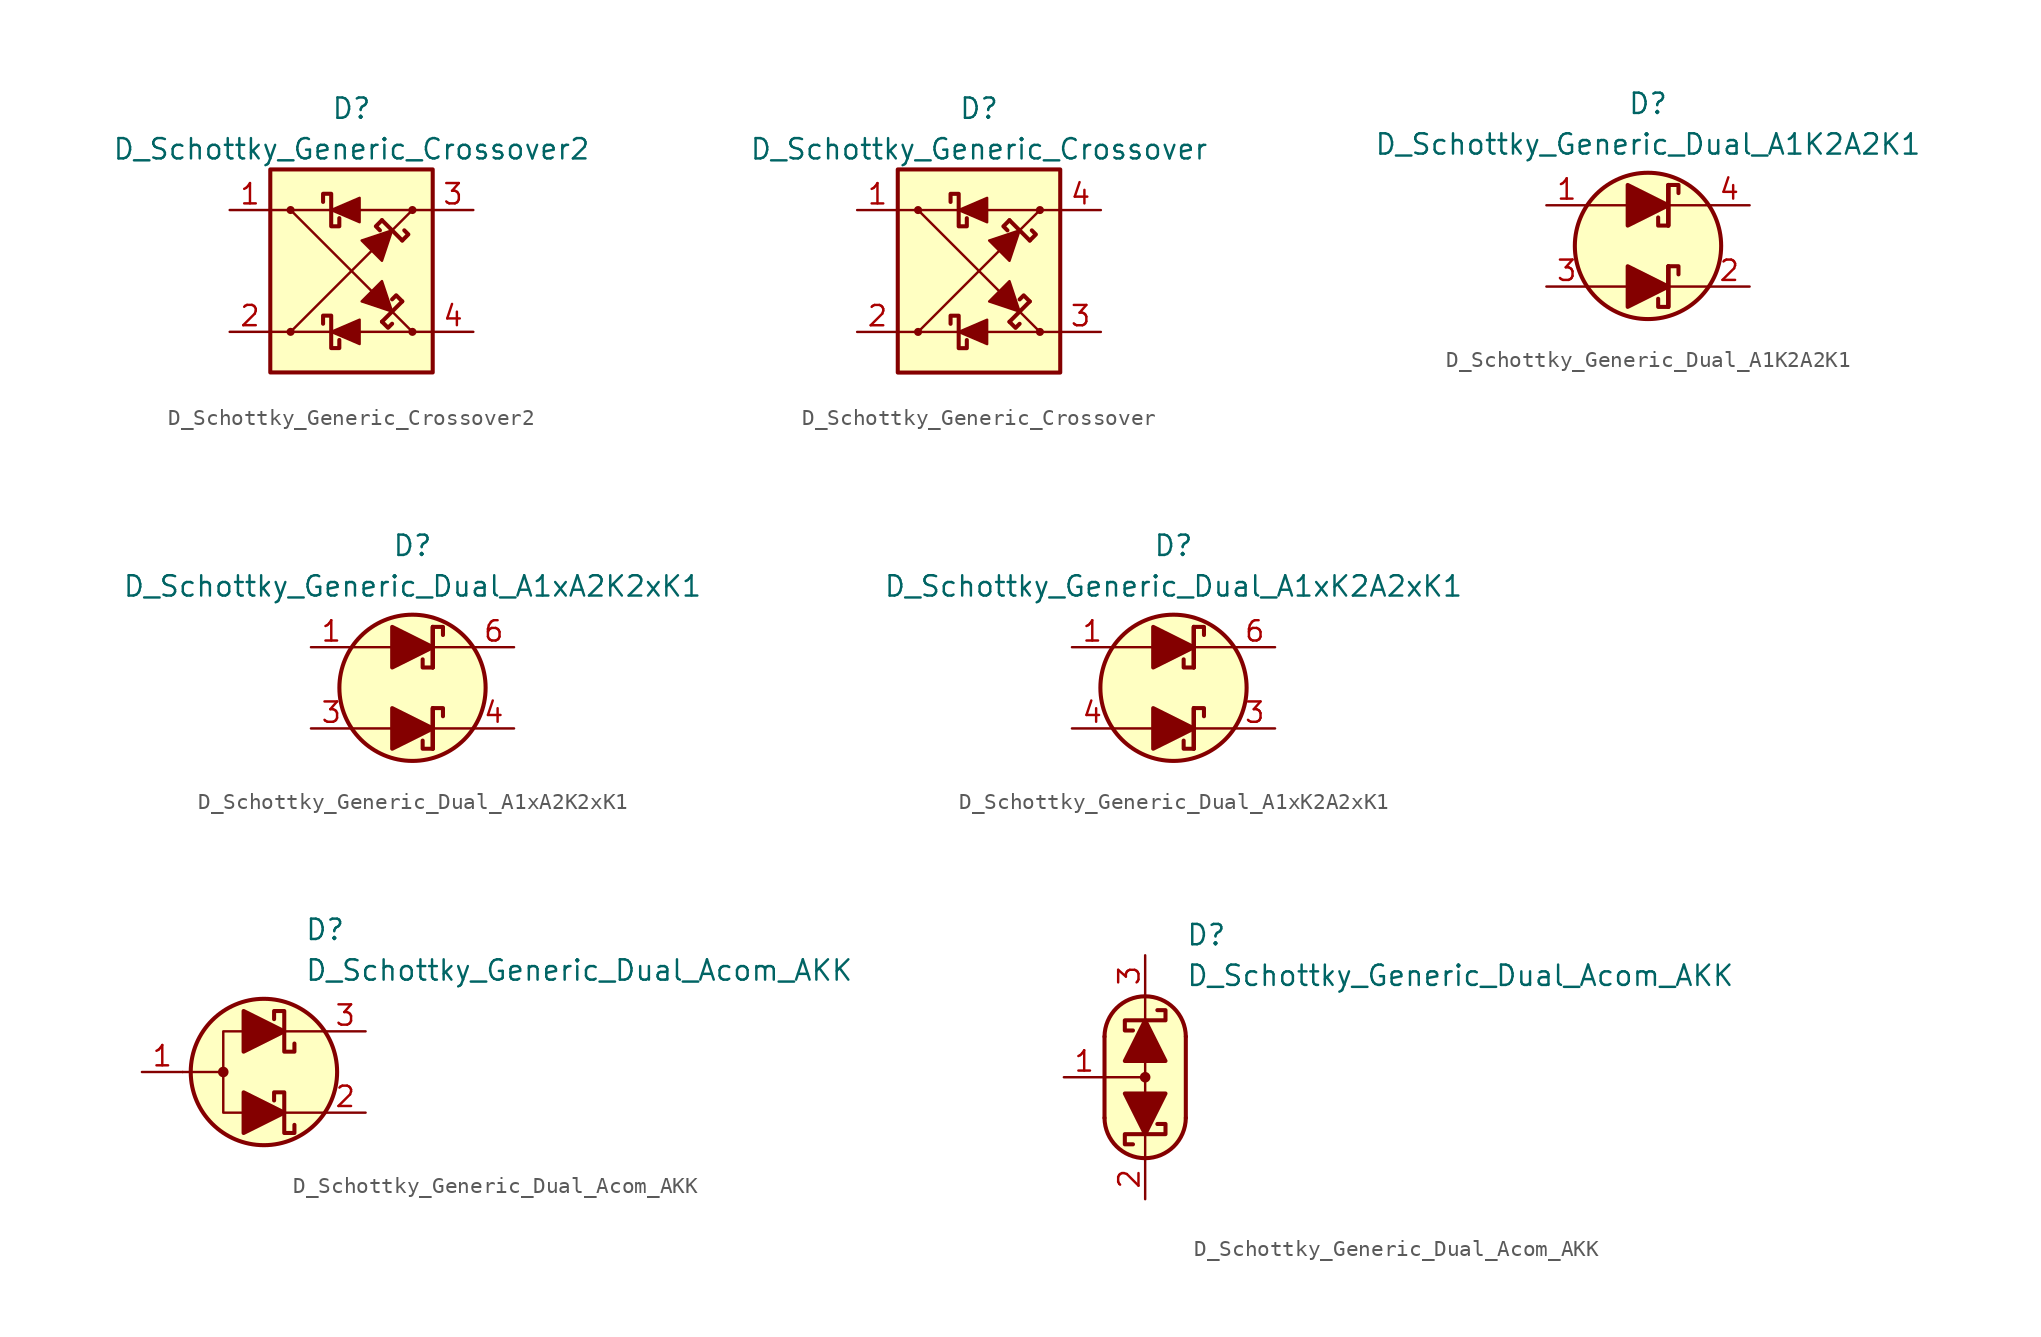
<source format=kicad_sym>
(kicad_symbol_lib
  (version 20231120)
  (generator "kicad_symbol_editor")
  (generator_version "8.0")
  (symbol "D_Schottky_Generic_Crossover2"
    (pin_names
      (offset 1.016) hide)
    (property "Reference" "D"
      (at 0 10.16 0)
      (effects (font (size 1.27 1.27))))
    (property "Value" "D_Schottky_Generic_Crossover2"
      (at 0 7.62 0)
      (effects (font (size 1.27 1.27))))
    (symbol "D_Schottky_Generic_Crossover2_0_1"
      (circle (center -3.81 3.81) (radius 0.178) (stroke (width 0) (type default)) (fill (type outline)))
      (polyline (pts (xy -5.08 -3.81) (xy -1.27 -3.81)) (stroke (width 0) (type default)) (fill (type none)))
      (polyline (pts (xy -3.81 -3.81) (xy 3.81 3.81)) (stroke (width 0) (type default)) (fill (type none)))
      (polyline (pts (xy -1.27 3.81) (xy -5.08 3.81)) (stroke (width 0) (type default)) (fill (type none)))
      (polyline (pts (xy 1.905 -3.175) (xy 3.175 -1.905)) (stroke (width 0.254) (type default)) (fill (type none)))
      (polyline (pts (xy 3.175 1.905) (xy 1.905 3.175)) (stroke (width 0.254) (type default)) (fill (type none)))
      (polyline (pts (xy 3.81 -3.81) (xy -3.81 3.81)) (stroke (width 0) (type default)) (fill (type none)))
      (polyline (pts (xy 5.08 3.81) (xy 0.508 3.81)) (stroke (width 0) (type default)) (fill (type none)))
      (polyline (pts (xy 0.508 4.572) (xy 0.508 3.048) (xy -1.27 3.81) (xy 0.508 4.572)) (stroke (width 0) (type default)) (fill (type outline)))
      (polyline (pts (xy 2.54 -2.54) (xy 1.905 -0.635) (xy 0.635 -1.905) (xy 2.54 -2.54)) (stroke (width 0) (type default)) (fill (type outline)))
      (polyline (pts (xy 2.54 2.54) (xy 0.635 1.905) (xy 1.905 0.635) (xy 2.54 2.54)) (stroke (width 0) (type default)) (fill (type outline)))
      (polyline (pts (xy -0.762 3.302) (xy -0.762 2.794) (xy -1.27 2.794) (xy -1.27 4.826) (xy -1.778 4.826) (xy -1.778 4.318)) (stroke (width 0.254) (type default)) (fill (type none))))
    (symbol "D_Schottky_Generic_Crossover2_1_1"
      (rectangle (start -5.08 6.35) (end 5.08 -6.35) (stroke (width 0.254) (type default)) (fill (type background)))
      (circle (center -3.81 -3.81) (radius 0.178) (stroke (width 0) (type default)) (fill (type outline)))
      (polyline (pts (xy 5.08 -3.81) (xy 0.508 -3.81)) (stroke (width 0) (type default)) (fill (type none)))
      (polyline (pts (xy 1.905 -3.175) (xy 2.286 -3.556) (xy 2.54 -3.302)) (stroke (width 0.254) (type default)) (fill (type none)))
      (polyline (pts (xy 1.905 3.175) (xy 1.524 2.794) (xy 1.778 2.54)) (stroke (width 0.254) (type default)) (fill (type none)))
      (polyline (pts (xy 3.175 -1.905) (xy 2.794 -1.524) (xy 2.54 -1.778)) (stroke (width 0.254) (type default)) (fill (type none)))
      (polyline (pts (xy 3.175 1.905) (xy 3.556 2.286) (xy 3.302 2.54)) (stroke (width 0.254) (type default)) (fill (type none)))
      (polyline (pts (xy 0.508 -3.048) (xy 0.508 -4.572) (xy -1.27 -3.81) (xy 0.508 -3.048)) (stroke (width 0) (type default)) (fill (type outline)))
      (polyline (pts (xy -0.762 -4.318) (xy -0.762 -4.826) (xy -1.27 -4.826) (xy -1.27 -2.794) (xy -1.778 -2.794) (xy -1.778 -3.302)) (stroke (width 0.254) (type default)) (fill (type none)))
      (circle (center 3.81 -3.81) (radius 0.178) (stroke (width 0) (type default)) (fill (type outline)))
      (circle (center 3.81 3.81) (radius 0.178) (stroke (width 0) (type default)) (fill (type outline)))
      (pin passive line (at -7.62 3.81 0) (length 2.54) (name "1" (effects (font (size 1.27 1.27)))) (number "1" (effects (font (size 1.27 1.27)))))
      (pin passive line (at -7.62 -3.81 0) (length 2.54) (name "2" (effects (font (size 1.27 1.27)))) (number "2" (effects (font (size 1.27 1.27)))))
      (pin passive line (at 7.62 3.81 180) (length 2.54) (name "3" (effects (font (size 1.27 1.27)))) (number "3" (effects (font (size 1.27 1.27)))))
      (pin passive line (at 7.62 -3.81 180) (length 2.54) (name "4" (effects (font (size 1.27 1.27)))) (number "4" (effects (font (size 1.27 1.27)))))))
  (symbol "D_Schottky_Generic_Crossover"
    (pin_names
      (offset 1.016) hide)
    (property "Reference" "D"
      (at 0 10.16 0)
      (effects (font (size 1.27 1.27))))
    (property "Value" "D_Schottky_Generic_Crossover"
      (at 0 7.62 0)
      (effects (font (size 1.27 1.27))))
    (symbol "D_Schottky_Generic_Crossover_0_1"
      (circle (center -3.81 3.81) (radius 0.178) (stroke (width 0) (type default)) (fill (type outline)))
      (polyline (pts (xy -5.08 -3.81) (xy -1.27 -3.81)) (stroke (width 0) (type default)) (fill (type none)))
      (polyline (pts (xy -3.81 -3.81) (xy 3.81 3.81)) (stroke (width 0) (type default)) (fill (type none)))
      (polyline (pts (xy -1.27 3.81) (xy -5.08 3.81)) (stroke (width 0) (type default)) (fill (type none)))
      (polyline (pts (xy 1.905 -3.175) (xy 3.175 -1.905)) (stroke (width 0.254) (type default)) (fill (type none)))
      (polyline (pts (xy 3.175 1.905) (xy 1.905 3.175)) (stroke (width 0.254) (type default)) (fill (type none)))
      (polyline (pts (xy 3.81 -3.81) (xy -3.81 3.81)) (stroke (width 0) (type default)) (fill (type none)))
      (polyline (pts (xy 5.08 3.81) (xy 0.508 3.81)) (stroke (width 0) (type default)) (fill (type none)))
      (polyline (pts (xy 0.508 4.572) (xy 0.508 3.048) (xy -1.27 3.81) (xy 0.508 4.572)) (stroke (width 0) (type default)) (fill (type outline)))
      (polyline (pts (xy 2.54 -2.54) (xy 1.905 -0.635) (xy 0.635 -1.905) (xy 2.54 -2.54)) (stroke (width 0) (type default)) (fill (type outline)))
      (polyline (pts (xy 2.54 2.54) (xy 0.635 1.905) (xy 1.905 0.635) (xy 2.54 2.54)) (stroke (width 0) (type default)) (fill (type outline)))
      (polyline (pts (xy -0.762 3.302) (xy -0.762 2.794) (xy -1.27 2.794) (xy -1.27 4.826) (xy -1.778 4.826) (xy -1.778 4.318)) (stroke (width 0.254) (type default)) (fill (type none))))
    (symbol "D_Schottky_Generic_Crossover_1_1"
      (rectangle (start -5.08 6.35) (end 5.08 -6.35) (stroke (width 0.254) (type default)) (fill (type background)))
      (circle (center -3.81 -3.81) (radius 0.178) (stroke (width 0) (type default)) (fill (type outline)))
      (polyline (pts (xy 5.08 -3.81) (xy 0.508 -3.81)) (stroke (width 0) (type default)) (fill (type none)))
      (polyline (pts (xy 1.905 -3.175) (xy 2.286 -3.556) (xy 2.54 -3.302)) (stroke (width 0.254) (type default)) (fill (type none)))
      (polyline (pts (xy 1.905 3.175) (xy 1.524 2.794) (xy 1.778 2.54)) (stroke (width 0.254) (type default)) (fill (type none)))
      (polyline (pts (xy 3.175 -1.905) (xy 2.794 -1.524) (xy 2.54 -1.778)) (stroke (width 0.254) (type default)) (fill (type none)))
      (polyline (pts (xy 3.175 1.905) (xy 3.556 2.286) (xy 3.302 2.54)) (stroke (width 0.254) (type default)) (fill (type none)))
      (polyline (pts (xy 0.508 -3.048) (xy 0.508 -4.572) (xy -1.27 -3.81) (xy 0.508 -3.048)) (stroke (width 0) (type default)) (fill (type outline)))
      (polyline (pts (xy -0.762 -4.318) (xy -0.762 -4.826) (xy -1.27 -4.826) (xy -1.27 -2.794) (xy -1.778 -2.794) (xy -1.778 -3.302)) (stroke (width 0.254) (type default)) (fill (type none)))
      (circle (center 3.81 -3.81) (radius 0.178) (stroke (width 0) (type default)) (fill (type outline)))
      (circle (center 3.81 3.81) (radius 0.178) (stroke (width 0) (type default)) (fill (type outline)))
      (pin passive line (at -7.62 3.81 0) (length 2.54) (name "1" (effects (font (size 1.27 1.27)))) (number "1" (effects (font (size 1.27 1.27)))))
      (pin passive line (at -7.62 -3.81 0) (length 2.54) (name "2" (effects (font (size 1.27 1.27)))) (number "2" (effects (font (size 1.27 1.27)))))
      (pin passive line (at 7.62 -3.81 180) (length 2.54) (name "3" (effects (font (size 1.27 1.27)))) (number "3" (effects (font (size 1.27 1.27)))))
      (pin passive line (at 7.62 3.81 180) (length 2.54) (name "4" (effects (font (size 1.27 1.27)))) (number "4" (effects (font (size 1.27 1.27)))))))
  (symbol "D_Schottky_Generic_Dual_A1K2A2K1"
    (pin_names
      (offset 1.016) hide)
    (property "Reference" "D"
      (at 0 8.89 0)
      (effects (font (size 1.27 1.27))))
    (property "Value" "D_Schottky_Generic_Dual_A1K2A2K1"
      (at 0 6.35 0)
      (effects (font (size 1.27 1.27))))
    (symbol "D_Schottky_Generic_Dual_A1K2A2K1_0_1"
      (polyline (pts (xy -3.81 -2.54) (xy -1.27 -2.54)) (stroke (width 0) (type default)) (fill (type none)))
      (polyline (pts (xy -3.81 2.54) (xy -1.27 2.54)) (stroke (width 0) (type default)) (fill (type none)))
      (polyline (pts (xy 1.27 -3.81) (xy 1.27 -1.27)) (stroke (width 0.254) (type default)) (fill (type none)))
      (polyline (pts (xy 1.27 -2.54) (xy 3.81 -2.54)) (stroke (width 0) (type default)) (fill (type none)))
      (polyline (pts (xy 1.27 1.27) (xy 1.27 3.81)) (stroke (width 0.254) (type default)) (fill (type none)))
      (polyline (pts (xy 1.27 2.54) (xy 3.81 2.54)) (stroke (width 0) (type default)) (fill (type none)))
      (circle (center 0 0) (radius 4.572) (stroke (width 0.254) (type default)) (fill (type background))))
    (symbol "D_Schottky_Generic_Dual_A1K2A2K1_1_1"
      (polyline (pts (xy -1.27 -2.54) (xy 1.27 -2.54)) (stroke (width 0) (type default)) (fill (type none)))
      (polyline (pts (xy -1.27 2.54) (xy 1.27 2.54)) (stroke (width 0) (type default)) (fill (type none)))
      (polyline (pts (xy 1.27 -1.27) (xy 1.27 -3.81)) (stroke (width 0.254) (type default)) (fill (type none)))
      (polyline (pts (xy 1.27 3.81) (xy 1.27 1.27)) (stroke (width 0.254) (type default)) (fill (type none)))
      (polyline (pts (xy -1.27 -3.81) (xy -1.27 -1.27) (xy 1.27 -2.54) (xy -1.27 -3.81)) (stroke (width 0.254) (type default)) (fill (type outline)))
      (polyline (pts (xy -1.27 1.27) (xy -1.27 3.81) (xy 1.27 2.54) (xy -1.27 1.27)) (stroke (width 0.254) (type default)) (fill (type outline)))
      (polyline (pts (xy 1.905 -1.778) (xy 1.905 -1.27) (xy 1.27 -1.27) (xy 1.27 -3.81) (xy 0.635 -3.81) (xy 0.635 -3.302)) (stroke (width 0.254) (type default)) (fill (type none)))
      (polyline (pts (xy 1.905 3.302) (xy 1.905 3.81) (xy 1.27 3.81) (xy 1.27 1.27) (xy 0.635 1.27) (xy 0.635 1.778)) (stroke (width 0.254) (type default)) (fill (type none)))
      (pin passive line (at -6.35 2.54 0) (length 2.54) (name "A1" (effects (font (size 1.27 1.27)))) (number "1" (effects (font (size 1.27 1.27)))))
      (pin passive line (at 6.35 -2.54 180) (length 2.54) (name "K2" (effects (font (size 1.27 1.27)))) (number "2" (effects (font (size 1.27 1.27)))))
      (pin passive line (at -6.35 -2.54 0) (length 2.54) (name "A2" (effects (font (size 1.27 1.27)))) (number "3" (effects (font (size 1.27 1.27)))))
      (pin passive line (at 6.35 2.54 180) (length 2.54) (name "K1" (effects (font (size 1.27 1.27)))) (number "4" (effects (font (size 1.27 1.27)))))))
  (symbol "D_Schottky_Generic_Dual_A1xA2K2xK1"
    (pin_names
      (offset 1.016) hide)
    (property "Reference" "D"
      (at 0 8.89 0)
      (effects (font (size 1.27 1.27))))
    (property "Value" "D_Schottky_Generic_Dual_A1xA2K2xK1"
      (at 0 6.35 0)
      (effects (font (size 1.27 1.27))))
    (symbol "D_Schottky_Generic_Dual_A1xA2K2xK1_0_1"
      (polyline (pts (xy -3.81 -2.54) (xy -1.27 -2.54)) (stroke (width 0) (type default)) (fill (type none)))
      (polyline (pts (xy -3.81 2.54) (xy -1.27 2.54)) (stroke (width 0) (type default)) (fill (type none)))
      (polyline (pts (xy 1.27 -3.81) (xy 1.27 -1.27)) (stroke (width 0.254) (type default)) (fill (type none)))
      (polyline (pts (xy 1.27 -2.54) (xy 3.81 -2.54)) (stroke (width 0) (type default)) (fill (type none)))
      (polyline (pts (xy 1.27 1.27) (xy 1.27 3.81)) (stroke (width 0.254) (type default)) (fill (type none)))
      (polyline (pts (xy 1.27 2.54) (xy 3.81 2.54)) (stroke (width 0) (type default)) (fill (type none)))
      (circle (center 0 0) (radius 4.572) (stroke (width 0.254) (type default)) (fill (type background))))
    (symbol "D_Schottky_Generic_Dual_A1xA2K2xK1_1_1"
      (polyline (pts (xy -1.27 -2.54) (xy 1.27 -2.54)) (stroke (width 0) (type default)) (fill (type none)))
      (polyline (pts (xy -1.27 2.54) (xy 1.27 2.54)) (stroke (width 0) (type default)) (fill (type none)))
      (polyline (pts (xy 1.27 -1.27) (xy 1.27 -3.81)) (stroke (width 0.254) (type default)) (fill (type none)))
      (polyline (pts (xy 1.27 3.81) (xy 1.27 1.27)) (stroke (width 0.254) (type default)) (fill (type none)))
      (polyline (pts (xy -1.27 -3.81) (xy -1.27 -1.27) (xy 1.27 -2.54) (xy -1.27 -3.81)) (stroke (width 0.254) (type default)) (fill (type outline)))
      (polyline (pts (xy -1.27 1.27) (xy -1.27 3.81) (xy 1.27 2.54) (xy -1.27 1.27)) (stroke (width 0.254) (type default)) (fill (type outline)))
      (polyline (pts (xy 1.905 -1.778) (xy 1.905 -1.27) (xy 1.27 -1.27) (xy 1.27 -3.81) (xy 0.635 -3.81) (xy 0.635 -3.302)) (stroke (width 0.254) (type default)) (fill (type none)))
      (polyline (pts (xy 1.905 3.302) (xy 1.905 3.81) (xy 1.27 3.81) (xy 1.27 1.27) (xy 0.635 1.27) (xy 0.635 1.778)) (stroke (width 0.254) (type default)) (fill (type none)))
      (pin passive line (at -6.35 2.54 0) (length 2.54) (name "A1" (effects (font (size 1.27 1.27)))) (number "1" (effects (font (size 1.27 1.27)))))
      (pin free line (at -2.54 0 0) (length 2.54) hide (name "NC" (effects (font (size 1.27 1.27)))) (number "2" (effects (font (size 1.27 1.27)))))
      (pin passive line (at -6.35 -2.54 0) (length 2.54) (name "A2" (effects (font (size 1.27 1.27)))) (number "3" (effects (font (size 1.27 1.27)))))
      (pin passive line (at 6.35 -2.54 180) (length 2.54) (name "K2" (effects (font (size 1.27 1.27)))) (number "4" (effects (font (size 1.27 1.27)))))
      (pin free line (at 2.54 0 180) (length 2.54) hide (name "NC" (effects (font (size 1.27 1.27)))) (number "5" (effects (font (size 1.27 1.27)))))
      (pin passive line (at 6.35 2.54 180) (length 2.54) (name "K1" (effects (font (size 1.27 1.27)))) (number "6" (effects (font (size 1.27 1.27)))))))
  (symbol "D_Schottky_Generic_Dual_A1xK2A2xK1"
    (pin_names
      (offset 1.016) hide)
    (property "Reference" "D"
      (at 0 8.89 0)
      (effects (font (size 1.27 1.27))))
    (property "Value" "D_Schottky_Generic_Dual_A1xK2A2xK1"
      (at 0 6.35 0)
      (effects (font (size 1.27 1.27))))
    (symbol "D_Schottky_Generic_Dual_A1xK2A2xK1_0_1"
      (polyline (pts (xy -3.81 -2.54) (xy -1.27 -2.54)) (stroke (width 0) (type default)) (fill (type none)))
      (polyline (pts (xy -3.81 2.54) (xy -1.27 2.54)) (stroke (width 0) (type default)) (fill (type none)))
      (polyline (pts (xy 1.27 -3.81) (xy 1.27 -1.27)) (stroke (width 0.254) (type default)) (fill (type none)))
      (polyline (pts (xy 1.27 -2.54) (xy 3.81 -2.54)) (stroke (width 0) (type default)) (fill (type none)))
      (polyline (pts (xy 1.27 1.27) (xy 1.27 3.81)) (stroke (width 0.254) (type default)) (fill (type none)))
      (polyline (pts (xy 1.27 2.54) (xy 3.81 2.54)) (stroke (width 0) (type default)) (fill (type none)))
      (circle (center 0 0) (radius 4.572) (stroke (width 0.254) (type default)) (fill (type background))))
    (symbol "D_Schottky_Generic_Dual_A1xK2A2xK1_1_1"
      (polyline (pts (xy -1.27 -2.54) (xy 1.27 -2.54)) (stroke (width 0) (type default)) (fill (type none)))
      (polyline (pts (xy -1.27 2.54) (xy 1.27 2.54)) (stroke (width 0) (type default)) (fill (type none)))
      (polyline (pts (xy 1.27 -1.27) (xy 1.27 -3.81)) (stroke (width 0.254) (type default)) (fill (type none)))
      (polyline (pts (xy 1.27 3.81) (xy 1.27 1.27)) (stroke (width 0.254) (type default)) (fill (type none)))
      (polyline (pts (xy -1.27 -3.81) (xy -1.27 -1.27) (xy 1.27 -2.54) (xy -1.27 -3.81)) (stroke (width 0.254) (type default)) (fill (type outline)))
      (polyline (pts (xy -1.27 1.27) (xy -1.27 3.81) (xy 1.27 2.54) (xy -1.27 1.27)) (stroke (width 0.254) (type default)) (fill (type outline)))
      (polyline (pts (xy 1.905 -1.778) (xy 1.905 -1.27) (xy 1.27 -1.27) (xy 1.27 -3.81) (xy 0.635 -3.81) (xy 0.635 -3.302)) (stroke (width 0.254) (type default)) (fill (type none)))
      (polyline (pts (xy 1.905 3.302) (xy 1.905 3.81) (xy 1.27 3.81) (xy 1.27 1.27) (xy 0.635 1.27) (xy 0.635 1.778)) (stroke (width 0.254) (type default)) (fill (type none)))
      (pin passive line (at -6.35 2.54 0) (length 2.54) (name "A1" (effects (font (size 1.27 1.27)))) (number "1" (effects (font (size 1.27 1.27)))))
      (pin free line (at -2.54 0 0) (length 2.54) hide (name "NC" (effects (font (size 1.27 1.27)))) (number "2" (effects (font (size 1.27 1.27)))))
      (pin passive line (at 6.35 -2.54 180) (length 2.54) (name "K2" (effects (font (size 1.27 1.27)))) (number "3" (effects (font (size 1.27 1.27)))))
      (pin passive line (at -6.35 -2.54 0) (length 2.54) (name "A2" (effects (font (size 1.27 1.27)))) (number "4" (effects (font (size 1.27 1.27)))))
      (pin free line (at 2.54 0 180) (length 2.54) hide (name "NC" (effects (font (size 1.27 1.27)))) (number "5" (effects (font (size 1.27 1.27)))))
      (pin passive line (at 6.35 2.54 180) (length 2.54) (name "K1" (effects (font (size 1.27 1.27)))) (number "6" (effects (font (size 1.27 1.27)))))))
  (symbol "D_Schottky_Generic_Dual_Acom_AKK"
    (pin_names
      (offset 1.016) hide)
    (property "Reference" "D"
      (at 2.54 8.89 0)
      (effects (font (size 1.27 1.27)) (justify left)))
    (property "Value" "D_Schottky_Generic_Dual_Acom_AKK"
      (at 2.54 6.35 0)
      (effects (font (size 1.27 1.27)) (justify left)))
    (symbol "D_Schottky_Generic_Dual_Acom_AKK_0_1"
      (circle (center -2.54 0) (radius 0.254) (stroke (width 0) (type default)) (fill (type outline)))
      (polyline (pts (xy -5.08 0) (xy -2.54 0)) (stroke (width 0) (type default)) (fill (type none)))
      (polyline (pts (xy 1.27 -2.54) (xy 3.81 -2.54)) (stroke (width 0) (type default)) (fill (type none)))
      (polyline (pts (xy 1.27 2.54) (xy 3.81 2.54)) (stroke (width 0) (type default)) (fill (type none)))
      (polyline (pts (xy -1.27 2.54) (xy -2.54 2.54) (xy -2.54 -2.54) (xy -1.27 -2.54)) (stroke (width 0) (type default)) (fill (type none)))
      (circle (center 0 0) (radius 4.572) (stroke (width 0.254) (type default)) (fill (type background))))
    (symbol "D_Schottky_Generic_Dual_Acom_AKK_1_1"
      (polyline (pts (xy -1.27 -2.54) (xy 1.27 -2.54)) (stroke (width 0) (type default)) (fill (type none)))
      (polyline (pts (xy -1.27 2.54) (xy 1.27 2.54)) (stroke (width 0) (type default)) (fill (type none)))
      (polyline (pts (xy -1.27 -3.81) (xy -1.27 -1.27) (xy 1.27 -2.54) (xy -1.27 -3.81)) (stroke (width 0.254) (type default)) (fill (type outline)))
      (polyline (pts (xy -1.27 1.27) (xy -1.27 3.81) (xy 1.27 2.54) (xy -1.27 1.27)) (stroke (width 0.254) (type default)) (fill (type outline)))
      (polyline (pts (xy 1.905 -3.302) (xy 1.905 -3.81) (xy 1.27 -3.81) (xy 1.27 -1.27) (xy 0.635 -1.27) (xy 0.635 -1.778)) (stroke (width 0.254) (type default)) (fill (type none)))
      (polyline (pts (xy 1.905 1.778) (xy 1.905 1.27) (xy 1.27 1.27) (xy 1.27 3.81) (xy 0.635 3.81) (xy 0.635 3.302)) (stroke (width 0.254) (type default)) (fill (type none)))
      (pin passive line (at -7.62 0 0) (length 2.54) (name "A" (effects (font (size 1.27 1.27)))) (number "1" (effects (font (size 1.27 1.27)))))
      (pin passive line (at 6.35 -2.54 180) (length 2.54) (name "K1" (effects (font (size 1.27 1.27)))) (number "2" (effects (font (size 1.27 1.27)))))
      (pin passive line (at 6.35 2.54 180) (length 2.54) (name "K2" (effects (font (size 1.27 1.27)))) (number "3" (effects (font (size 1.27 1.27))))))
    (symbol "D_Schottky_Generic_Dual_Acom_AKK_1_2"
      (arc (start -2.54 -2.54) (mid 0 -5.0576) (end 2.54 -2.54) (stroke (width 0.254) (type default)) (fill (type none)))
      (polyline (pts (xy -2.54 0) (xy 0 0)) (stroke (width 0) (type default)) (fill (type none)))
      (polyline (pts (xy -2.54 2.54) (xy -2.54 -2.54)) (stroke (width 0.254) (type default)) (fill (type none)))
      (polyline (pts (xy 0 -5.08) (xy 0 -3.556)) (stroke (width 0) (type default)) (fill (type none)))
      (polyline (pts (xy 0 1.27) (xy 0 -1.27)) (stroke (width 0) (type default)) (fill (type none)))
      (polyline (pts (xy 0 5.08) (xy 0 3.556)) (stroke (width 0) (type default)) (fill (type none)))
      (polyline (pts (xy 2.54 -2.54) (xy 2.54 2.54)) (stroke (width 0.254) (type default)) (fill (type none)))
      (polyline (pts (xy -1.27 1.016) (xy 1.27 1.016) (xy 0 3.556) (xy -1.27 1.016)) (stroke (width 0.254) (type default)) (fill (type outline)))
      (polyline (pts (xy 1.27 -1.016) (xy -1.27 -1.016) (xy 0 -3.556) (xy 1.27 -1.016)) (stroke (width 0.254) (type default)) (fill (type outline)))
      (polyline (pts (xy 0.762 -2.921) (xy 1.27 -2.921) (xy 1.27 -3.556) (xy -1.27 -3.556) (xy -1.27 -4.191) (xy -0.762 -4.191)) (stroke (width 0.254) (type default)) (fill (type none)))
      (polyline (pts (xy 0.762 4.191) (xy 1.27 4.191) (xy 1.27 3.556) (xy -1.27 3.556) (xy -1.27 2.921) (xy -0.762 2.921)) (stroke (width 0.254) (type default)) (fill (type none)))
      (polyline (pts (xy 0 -5.08) (xy -1.016 -4.826) (xy -1.778 -4.318) (xy -2.286 -3.556) (xy -2.54 -3.048) (xy -2.54 2.794) (xy -2.286 3.556) (xy -1.778 4.318) (xy -1.016 4.826) (xy -0.254 5.08) (xy 0.254 5.08) (xy 1.016 4.826) (xy 1.524 4.572) (xy 2.032 4.064) (xy 2.286 3.556) (xy 2.54 2.794) (xy 2.54 -2.794) (xy 2.286 -3.556) (xy 2.032 -4.064) (xy 1.524 -4.572) (xy 1.016 -4.826) (xy 0 -5.08)) (stroke (width 0.01) (type default)) (fill (type background)))
      (circle (center 0 0) (radius 0.254) (stroke (width 0) (type default)) (fill (type outline)))
      (arc (start 2.54 2.54) (mid 0 5.0576) (end -2.54 2.54) (stroke (width 0.254) (type default)) (fill (type none)))
      (pin passive line (at -5.08 0 0) (length 2.54) (name "A" (effects (font (size 1.27 1.27)))) (number "1" (effects (font (size 1.27 1.27)))))
      (pin passive line (at 0 -7.62 90) (length 2.54) (name "K1" (effects (font (size 1.27 1.27)))) (number "2" (effects (font (size 1.27 1.27)))))
      (pin passive line (at 0 7.62 270) (length 2.54) (name "K2" (effects (font (size 1.27 1.27)))) (number "3" (effects (font (size 1.27 1.27))))))))
</source>
